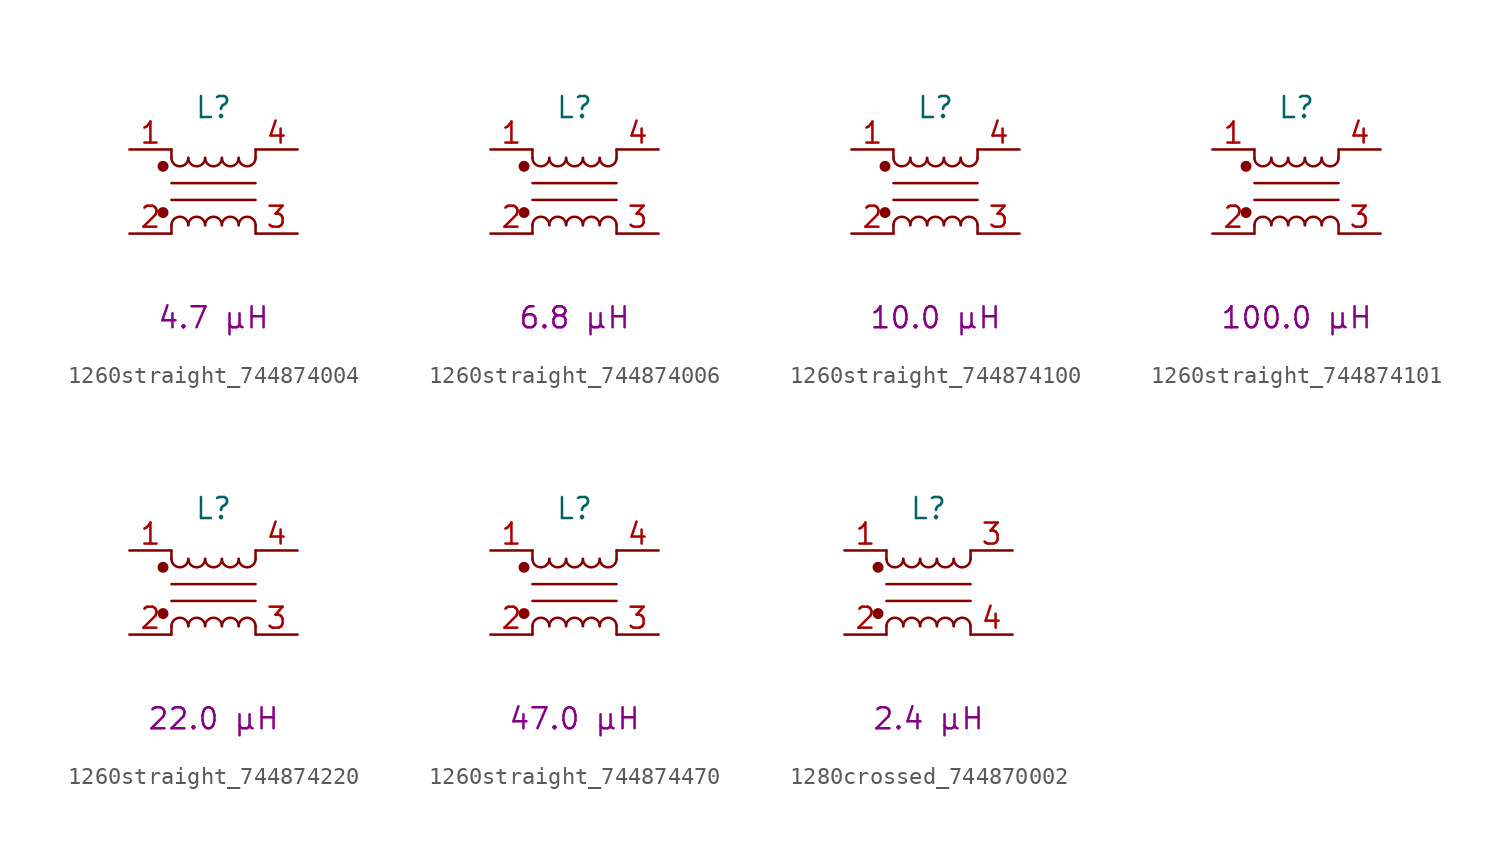
<source format=kicad_sym>
(kicad_symbol_lib
  (version 20241209)
  (generator "kicad_symbol_editor")
  (generator_version "9.0")
  (symbol "1260straight_744874004"
    (pin_names
      (hide yes))
    (property "Reference" "L"
      (at 0 5.08 0)
      (effects (font (size 1.27 1.27))))
    (property "Critical Parameter" "4.7 µH"
      (at 0 -7.62 0)
      (effects (font (size 1.27 1.27))))
    (symbol "1260straight_744874004_0_1"
      (circle (center -3.048 1.524) (radius 0.254) (stroke (width 0) (type default)) (fill (type outline)))
      (circle (center -3.048 -1.27) (radius 0.254) (stroke (width 0) (type default)) (fill (type outline)))
      (polyline (pts (xy -2.54 2.032) (xy -2.54 2.54)) (stroke (width 0) (type default)) (fill (type none)))
      (polyline (pts (xy -2.54 0.508) (xy 2.54 0.508)) (stroke (width 0) (type default)) (fill (type none)))
      (polyline (pts (xy -2.54 -2.032) (xy -2.54 -2.54)) (stroke (width 0) (type default)) (fill (type none)))
      (arc (start -1.524 2.032) (mid -2.032 1.5262) (end -2.54 2.032) (stroke (width 0) (type default)) (fill (type none)))
      (arc (start -2.54 -2.032) (mid -2.032 -1.5262) (end -1.524 -2.032) (stroke (width 0) (type default)) (fill (type none)))
      (arc (start -0.508 2.032) (mid -1.016 1.5262) (end -1.524 2.032) (stroke (width 0) (type default)) (fill (type none)))
      (arc (start -1.524 -2.032) (mid -1.016 -1.5262) (end -0.508 -2.032) (stroke (width 0) (type default)) (fill (type none)))
      (arc (start 0.508 2.032) (mid 0 1.5262) (end -0.508 2.032) (stroke (width 0) (type default)) (fill (type none)))
      (arc (start -0.508 -2.032) (mid 0 -1.5262) (end 0.508 -2.032) (stroke (width 0) (type default)) (fill (type none)))
      (arc (start 1.524 2.032) (mid 1.016 1.5262) (end 0.508 2.032) (stroke (width 0) (type default)) (fill (type none)))
      (arc (start 0.508 -2.032) (mid 1.016 -1.5262) (end 1.524 -2.032) (stroke (width 0) (type default)) (fill (type none)))
      (arc (start 2.54 2.032) (mid 2.032 1.5262) (end 1.524 2.032) (stroke (width 0) (type default)) (fill (type none)))
      (arc (start 1.524 -2.032) (mid 2.032 -1.5262) (end 2.54 -2.032) (stroke (width 0) (type default)) (fill (type none)))
      (polyline (pts (xy 2.54 2.54) (xy 2.54 2.032)) (stroke (width 0) (type default)) (fill (type none)))
      (polyline (pts (xy 2.54 -0.508) (xy -2.54 -0.508)) (stroke (width 0) (type default)) (fill (type none)))
      (polyline (pts (xy 2.54 -2.032) (xy 2.54 -2.54)) (stroke (width 0) (type default)) (fill (type none))))
    (symbol "1260straight_744874004_1_1"
      (pin passive line (at -5.08 2.54 0) (length 2.54) (name "1" (effects (font (size 1.27 1.27)))) (number "1" (effects (font (size 1.27 1.27)))))
      (pin passive line (at -5.08 -2.54 0) (length 2.54) (name "2" (effects (font (size 1.27 1.27)))) (number "2" (effects (font (size 1.27 1.27)))))
      (pin passive line (at 5.08 2.54 180) (length 2.54) (name "4" (effects (font (size 1.27 1.27)))) (number "4" (effects (font (size 1.27 1.27)))))
      (pin passive line (at 5.08 -2.54 180) (length 2.54) (name "3" (effects (font (size 1.27 1.27)))) (number "3" (effects (font (size 1.27 1.27)))))))
  (symbol "1260straight_744874006"
    (pin_names
      (hide yes))
    (property "Reference" "L"
      (at 0 5.08 0)
      (effects (font (size 1.27 1.27))))
    (property "Critical Parameter" "6.8 µH"
      (at 0 -7.62 0)
      (effects (font (size 1.27 1.27))))
    (symbol "1260straight_744874006_0_1"
      (circle (center -3.048 1.524) (radius 0.254) (stroke (width 0) (type default)) (fill (type outline)))
      (circle (center -3.048 -1.27) (radius 0.254) (stroke (width 0) (type default)) (fill (type outline)))
      (polyline (pts (xy -2.54 2.032) (xy -2.54 2.54)) (stroke (width 0) (type default)) (fill (type none)))
      (polyline (pts (xy -2.54 0.508) (xy 2.54 0.508)) (stroke (width 0) (type default)) (fill (type none)))
      (polyline (pts (xy -2.54 -2.032) (xy -2.54 -2.54)) (stroke (width 0) (type default)) (fill (type none)))
      (arc (start -1.524 2.032) (mid -2.032 1.5262) (end -2.54 2.032) (stroke (width 0) (type default)) (fill (type none)))
      (arc (start -2.54 -2.032) (mid -2.032 -1.5262) (end -1.524 -2.032) (stroke (width 0) (type default)) (fill (type none)))
      (arc (start -0.508 2.032) (mid -1.016 1.5262) (end -1.524 2.032) (stroke (width 0) (type default)) (fill (type none)))
      (arc (start -1.524 -2.032) (mid -1.016 -1.5262) (end -0.508 -2.032) (stroke (width 0) (type default)) (fill (type none)))
      (arc (start 0.508 2.032) (mid 0 1.5262) (end -0.508 2.032) (stroke (width 0) (type default)) (fill (type none)))
      (arc (start -0.508 -2.032) (mid 0 -1.5262) (end 0.508 -2.032) (stroke (width 0) (type default)) (fill (type none)))
      (arc (start 1.524 2.032) (mid 1.016 1.5262) (end 0.508 2.032) (stroke (width 0) (type default)) (fill (type none)))
      (arc (start 0.508 -2.032) (mid 1.016 -1.5262) (end 1.524 -2.032) (stroke (width 0) (type default)) (fill (type none)))
      (arc (start 2.54 2.032) (mid 2.032 1.5262) (end 1.524 2.032) (stroke (width 0) (type default)) (fill (type none)))
      (arc (start 1.524 -2.032) (mid 2.032 -1.5262) (end 2.54 -2.032) (stroke (width 0) (type default)) (fill (type none)))
      (polyline (pts (xy 2.54 2.54) (xy 2.54 2.032)) (stroke (width 0) (type default)) (fill (type none)))
      (polyline (pts (xy 2.54 -0.508) (xy -2.54 -0.508)) (stroke (width 0) (type default)) (fill (type none)))
      (polyline (pts (xy 2.54 -2.032) (xy 2.54 -2.54)) (stroke (width 0) (type default)) (fill (type none))))
    (symbol "1260straight_744874006_1_1"
      (pin passive line (at -5.08 2.54 0) (length 2.54) (name "1" (effects (font (size 1.27 1.27)))) (number "1" (effects (font (size 1.27 1.27)))))
      (pin passive line (at -5.08 -2.54 0) (length 2.54) (name "2" (effects (font (size 1.27 1.27)))) (number "2" (effects (font (size 1.27 1.27)))))
      (pin passive line (at 5.08 2.54 180) (length 2.54) (name "4" (effects (font (size 1.27 1.27)))) (number "4" (effects (font (size 1.27 1.27)))))
      (pin passive line (at 5.08 -2.54 180) (length 2.54) (name "3" (effects (font (size 1.27 1.27)))) (number "3" (effects (font (size 1.27 1.27)))))))
  (symbol "1260straight_744874100"
    (pin_names
      (hide yes))
    (property "Reference" "L"
      (at 0 5.08 0)
      (effects (font (size 1.27 1.27))))
    (property "Critical Parameter" "10.0 µH"
      (at 0 -7.62 0)
      (effects (font (size 1.27 1.27))))
    (symbol "1260straight_744874100_0_1"
      (circle (center -3.048 1.524) (radius 0.254) (stroke (width 0) (type default)) (fill (type outline)))
      (circle (center -3.048 -1.27) (radius 0.254) (stroke (width 0) (type default)) (fill (type outline)))
      (polyline (pts (xy -2.54 2.032) (xy -2.54 2.54)) (stroke (width 0) (type default)) (fill (type none)))
      (polyline (pts (xy -2.54 0.508) (xy 2.54 0.508)) (stroke (width 0) (type default)) (fill (type none)))
      (polyline (pts (xy -2.54 -2.032) (xy -2.54 -2.54)) (stroke (width 0) (type default)) (fill (type none)))
      (arc (start -1.524 2.032) (mid -2.032 1.5262) (end -2.54 2.032) (stroke (width 0) (type default)) (fill (type none)))
      (arc (start -2.54 -2.032) (mid -2.032 -1.5262) (end -1.524 -2.032) (stroke (width 0) (type default)) (fill (type none)))
      (arc (start -0.508 2.032) (mid -1.016 1.5262) (end -1.524 2.032) (stroke (width 0) (type default)) (fill (type none)))
      (arc (start -1.524 -2.032) (mid -1.016 -1.5262) (end -0.508 -2.032) (stroke (width 0) (type default)) (fill (type none)))
      (arc (start 0.508 2.032) (mid 0 1.5262) (end -0.508 2.032) (stroke (width 0) (type default)) (fill (type none)))
      (arc (start -0.508 -2.032) (mid 0 -1.5262) (end 0.508 -2.032) (stroke (width 0) (type default)) (fill (type none)))
      (arc (start 1.524 2.032) (mid 1.016 1.5262) (end 0.508 2.032) (stroke (width 0) (type default)) (fill (type none)))
      (arc (start 0.508 -2.032) (mid 1.016 -1.5262) (end 1.524 -2.032) (stroke (width 0) (type default)) (fill (type none)))
      (arc (start 2.54 2.032) (mid 2.032 1.5262) (end 1.524 2.032) (stroke (width 0) (type default)) (fill (type none)))
      (arc (start 1.524 -2.032) (mid 2.032 -1.5262) (end 2.54 -2.032) (stroke (width 0) (type default)) (fill (type none)))
      (polyline (pts (xy 2.54 2.54) (xy 2.54 2.032)) (stroke (width 0) (type default)) (fill (type none)))
      (polyline (pts (xy 2.54 -0.508) (xy -2.54 -0.508)) (stroke (width 0) (type default)) (fill (type none)))
      (polyline (pts (xy 2.54 -2.032) (xy 2.54 -2.54)) (stroke (width 0) (type default)) (fill (type none))))
    (symbol "1260straight_744874100_1_1"
      (pin passive line (at -5.08 2.54 0) (length 2.54) (name "1" (effects (font (size 1.27 1.27)))) (number "1" (effects (font (size 1.27 1.27)))))
      (pin passive line (at -5.08 -2.54 0) (length 2.54) (name "2" (effects (font (size 1.27 1.27)))) (number "2" (effects (font (size 1.27 1.27)))))
      (pin passive line (at 5.08 2.54 180) (length 2.54) (name "4" (effects (font (size 1.27 1.27)))) (number "4" (effects (font (size 1.27 1.27)))))
      (pin passive line (at 5.08 -2.54 180) (length 2.54) (name "3" (effects (font (size 1.27 1.27)))) (number "3" (effects (font (size 1.27 1.27)))))))
  (symbol "1260straight_744874101"
    (pin_names
      (hide yes))
    (property "Reference" "L"
      (at 0 5.08 0)
      (effects (font (size 1.27 1.27))))
    (property "Critical Parameter" "100.0 µH"
      (at 0 -7.62 0)
      (effects (font (size 1.27 1.27))))
    (symbol "1260straight_744874101_0_1"
      (circle (center -3.048 1.524) (radius 0.254) (stroke (width 0) (type default)) (fill (type outline)))
      (circle (center -3.048 -1.27) (radius 0.254) (stroke (width 0) (type default)) (fill (type outline)))
      (polyline (pts (xy -2.54 2.032) (xy -2.54 2.54)) (stroke (width 0) (type default)) (fill (type none)))
      (polyline (pts (xy -2.54 0.508) (xy 2.54 0.508)) (stroke (width 0) (type default)) (fill (type none)))
      (polyline (pts (xy -2.54 -2.032) (xy -2.54 -2.54)) (stroke (width 0) (type default)) (fill (type none)))
      (arc (start -1.524 2.032) (mid -2.032 1.5262) (end -2.54 2.032) (stroke (width 0) (type default)) (fill (type none)))
      (arc (start -2.54 -2.032) (mid -2.032 -1.5262) (end -1.524 -2.032) (stroke (width 0) (type default)) (fill (type none)))
      (arc (start -0.508 2.032) (mid -1.016 1.5262) (end -1.524 2.032) (stroke (width 0) (type default)) (fill (type none)))
      (arc (start -1.524 -2.032) (mid -1.016 -1.5262) (end -0.508 -2.032) (stroke (width 0) (type default)) (fill (type none)))
      (arc (start 0.508 2.032) (mid 0 1.5262) (end -0.508 2.032) (stroke (width 0) (type default)) (fill (type none)))
      (arc (start -0.508 -2.032) (mid 0 -1.5262) (end 0.508 -2.032) (stroke (width 0) (type default)) (fill (type none)))
      (arc (start 1.524 2.032) (mid 1.016 1.5262) (end 0.508 2.032) (stroke (width 0) (type default)) (fill (type none)))
      (arc (start 0.508 -2.032) (mid 1.016 -1.5262) (end 1.524 -2.032) (stroke (width 0) (type default)) (fill (type none)))
      (arc (start 2.54 2.032) (mid 2.032 1.5262) (end 1.524 2.032) (stroke (width 0) (type default)) (fill (type none)))
      (arc (start 1.524 -2.032) (mid 2.032 -1.5262) (end 2.54 -2.032) (stroke (width 0) (type default)) (fill (type none)))
      (polyline (pts (xy 2.54 2.54) (xy 2.54 2.032)) (stroke (width 0) (type default)) (fill (type none)))
      (polyline (pts (xy 2.54 -0.508) (xy -2.54 -0.508)) (stroke (width 0) (type default)) (fill (type none)))
      (polyline (pts (xy 2.54 -2.032) (xy 2.54 -2.54)) (stroke (width 0) (type default)) (fill (type none))))
    (symbol "1260straight_744874101_1_1"
      (pin passive line (at -5.08 2.54 0) (length 2.54) (name "1" (effects (font (size 1.27 1.27)))) (number "1" (effects (font (size 1.27 1.27)))))
      (pin passive line (at -5.08 -2.54 0) (length 2.54) (name "2" (effects (font (size 1.27 1.27)))) (number "2" (effects (font (size 1.27 1.27)))))
      (pin passive line (at 5.08 2.54 180) (length 2.54) (name "4" (effects (font (size 1.27 1.27)))) (number "4" (effects (font (size 1.27 1.27)))))
      (pin passive line (at 5.08 -2.54 180) (length 2.54) (name "3" (effects (font (size 1.27 1.27)))) (number "3" (effects (font (size 1.27 1.27)))))))
  (symbol "1260straight_744874220"
    (pin_names
      (hide yes))
    (property "Reference" "L"
      (at 0 5.08 0)
      (effects (font (size 1.27 1.27))))
    (property "Critical Parameter" "22.0 µH"
      (at 0 -7.62 0)
      (effects (font (size 1.27 1.27))))
    (symbol "1260straight_744874220_0_1"
      (circle (center -3.048 1.524) (radius 0.254) (stroke (width 0) (type default)) (fill (type outline)))
      (circle (center -3.048 -1.27) (radius 0.254) (stroke (width 0) (type default)) (fill (type outline)))
      (polyline (pts (xy -2.54 2.032) (xy -2.54 2.54)) (stroke (width 0) (type default)) (fill (type none)))
      (polyline (pts (xy -2.54 0.508) (xy 2.54 0.508)) (stroke (width 0) (type default)) (fill (type none)))
      (polyline (pts (xy -2.54 -2.032) (xy -2.54 -2.54)) (stroke (width 0) (type default)) (fill (type none)))
      (arc (start -1.524 2.032) (mid -2.032 1.5262) (end -2.54 2.032) (stroke (width 0) (type default)) (fill (type none)))
      (arc (start -2.54 -2.032) (mid -2.032 -1.5262) (end -1.524 -2.032) (stroke (width 0) (type default)) (fill (type none)))
      (arc (start -0.508 2.032) (mid -1.016 1.5262) (end -1.524 2.032) (stroke (width 0) (type default)) (fill (type none)))
      (arc (start -1.524 -2.032) (mid -1.016 -1.5262) (end -0.508 -2.032) (stroke (width 0) (type default)) (fill (type none)))
      (arc (start 0.508 2.032) (mid 0 1.5262) (end -0.508 2.032) (stroke (width 0) (type default)) (fill (type none)))
      (arc (start -0.508 -2.032) (mid 0 -1.5262) (end 0.508 -2.032) (stroke (width 0) (type default)) (fill (type none)))
      (arc (start 1.524 2.032) (mid 1.016 1.5262) (end 0.508 2.032) (stroke (width 0) (type default)) (fill (type none)))
      (arc (start 0.508 -2.032) (mid 1.016 -1.5262) (end 1.524 -2.032) (stroke (width 0) (type default)) (fill (type none)))
      (arc (start 2.54 2.032) (mid 2.032 1.5262) (end 1.524 2.032) (stroke (width 0) (type default)) (fill (type none)))
      (arc (start 1.524 -2.032) (mid 2.032 -1.5262) (end 2.54 -2.032) (stroke (width 0) (type default)) (fill (type none)))
      (polyline (pts (xy 2.54 2.54) (xy 2.54 2.032)) (stroke (width 0) (type default)) (fill (type none)))
      (polyline (pts (xy 2.54 -0.508) (xy -2.54 -0.508)) (stroke (width 0) (type default)) (fill (type none)))
      (polyline (pts (xy 2.54 -2.032) (xy 2.54 -2.54)) (stroke (width 0) (type default)) (fill (type none))))
    (symbol "1260straight_744874220_1_1"
      (pin passive line (at -5.08 2.54 0) (length 2.54) (name "1" (effects (font (size 1.27 1.27)))) (number "1" (effects (font (size 1.27 1.27)))))
      (pin passive line (at -5.08 -2.54 0) (length 2.54) (name "2" (effects (font (size 1.27 1.27)))) (number "2" (effects (font (size 1.27 1.27)))))
      (pin passive line (at 5.08 2.54 180) (length 2.54) (name "4" (effects (font (size 1.27 1.27)))) (number "4" (effects (font (size 1.27 1.27)))))
      (pin passive line (at 5.08 -2.54 180) (length 2.54) (name "3" (effects (font (size 1.27 1.27)))) (number "3" (effects (font (size 1.27 1.27)))))))
  (symbol "1260straight_744874470"
    (pin_names
      (hide yes))
    (property "Reference" "L"
      (at 0 5.08 0)
      (effects (font (size 1.27 1.27))))
    (property "Critical Parameter" "47.0 µH"
      (at 0 -7.62 0)
      (effects (font (size 1.27 1.27))))
    (symbol "1260straight_744874470_0_1"
      (circle (center -3.048 1.524) (radius 0.254) (stroke (width 0) (type default)) (fill (type outline)))
      (circle (center -3.048 -1.27) (radius 0.254) (stroke (width 0) (type default)) (fill (type outline)))
      (polyline (pts (xy -2.54 2.032) (xy -2.54 2.54)) (stroke (width 0) (type default)) (fill (type none)))
      (polyline (pts (xy -2.54 0.508) (xy 2.54 0.508)) (stroke (width 0) (type default)) (fill (type none)))
      (polyline (pts (xy -2.54 -2.032) (xy -2.54 -2.54)) (stroke (width 0) (type default)) (fill (type none)))
      (arc (start -1.524 2.032) (mid -2.032 1.5262) (end -2.54 2.032) (stroke (width 0) (type default)) (fill (type none)))
      (arc (start -2.54 -2.032) (mid -2.032 -1.5262) (end -1.524 -2.032) (stroke (width 0) (type default)) (fill (type none)))
      (arc (start -0.508 2.032) (mid -1.016 1.5262) (end -1.524 2.032) (stroke (width 0) (type default)) (fill (type none)))
      (arc (start -1.524 -2.032) (mid -1.016 -1.5262) (end -0.508 -2.032) (stroke (width 0) (type default)) (fill (type none)))
      (arc (start 0.508 2.032) (mid 0 1.5262) (end -0.508 2.032) (stroke (width 0) (type default)) (fill (type none)))
      (arc (start -0.508 -2.032) (mid 0 -1.5262) (end 0.508 -2.032) (stroke (width 0) (type default)) (fill (type none)))
      (arc (start 1.524 2.032) (mid 1.016 1.5262) (end 0.508 2.032) (stroke (width 0) (type default)) (fill (type none)))
      (arc (start 0.508 -2.032) (mid 1.016 -1.5262) (end 1.524 -2.032) (stroke (width 0) (type default)) (fill (type none)))
      (arc (start 2.54 2.032) (mid 2.032 1.5262) (end 1.524 2.032) (stroke (width 0) (type default)) (fill (type none)))
      (arc (start 1.524 -2.032) (mid 2.032 -1.5262) (end 2.54 -2.032) (stroke (width 0) (type default)) (fill (type none)))
      (polyline (pts (xy 2.54 2.54) (xy 2.54 2.032)) (stroke (width 0) (type default)) (fill (type none)))
      (polyline (pts (xy 2.54 -0.508) (xy -2.54 -0.508)) (stroke (width 0) (type default)) (fill (type none)))
      (polyline (pts (xy 2.54 -2.032) (xy 2.54 -2.54)) (stroke (width 0) (type default)) (fill (type none))))
    (symbol "1260straight_744874470_1_1"
      (pin passive line (at -5.08 2.54 0) (length 2.54) (name "1" (effects (font (size 1.27 1.27)))) (number "1" (effects (font (size 1.27 1.27)))))
      (pin passive line (at -5.08 -2.54 0) (length 2.54) (name "2" (effects (font (size 1.27 1.27)))) (number "2" (effects (font (size 1.27 1.27)))))
      (pin passive line (at 5.08 2.54 180) (length 2.54) (name "4" (effects (font (size 1.27 1.27)))) (number "4" (effects (font (size 1.27 1.27)))))
      (pin passive line (at 5.08 -2.54 180) (length 2.54) (name "3" (effects (font (size 1.27 1.27)))) (number "3" (effects (font (size 1.27 1.27)))))))
  (symbol "1280crossed_744870002"
    (pin_names
      (hide yes))
    (property "Reference" "L"
      (at 0 5.08 0)
      (effects (font (size 1.27 1.27))))
    (property "Critical Parameter" "2.4 µH"
      (at 0 -7.62 0)
      (effects (font (size 1.27 1.27))))
    (symbol "1280crossed_744870002_0_1"
      (circle (center -3.048 1.524) (radius 0.254) (stroke (width 0) (type default)) (fill (type outline)))
      (circle (center -3.048 -1.27) (radius 0.254) (stroke (width 0) (type default)) (fill (type outline)))
      (polyline (pts (xy -2.54 2.032) (xy -2.54 2.54)) (stroke (width 0) (type default)) (fill (type none)))
      (polyline (pts (xy -2.54 0.508) (xy 2.54 0.508)) (stroke (width 0) (type default)) (fill (type none)))
      (polyline (pts (xy -2.54 -2.032) (xy -2.54 -2.54)) (stroke (width 0) (type default)) (fill (type none)))
      (arc (start -1.524 2.032) (mid -2.032 1.5262) (end -2.54 2.032) (stroke (width 0) (type default)) (fill (type none)))
      (arc (start -2.54 -2.032) (mid -2.032 -1.5262) (end -1.524 -2.032) (stroke (width 0) (type default)) (fill (type none)))
      (arc (start -0.508 2.032) (mid -1.016 1.5262) (end -1.524 2.032) (stroke (width 0) (type default)) (fill (type none)))
      (arc (start -1.524 -2.032) (mid -1.016 -1.5262) (end -0.508 -2.032) (stroke (width 0) (type default)) (fill (type none)))
      (arc (start 0.508 2.032) (mid 0 1.5262) (end -0.508 2.032) (stroke (width 0) (type default)) (fill (type none)))
      (arc (start -0.508 -2.032) (mid 0 -1.5262) (end 0.508 -2.032) (stroke (width 0) (type default)) (fill (type none)))
      (arc (start 1.524 2.032) (mid 1.016 1.5262) (end 0.508 2.032) (stroke (width 0) (type default)) (fill (type none)))
      (arc (start 0.508 -2.032) (mid 1.016 -1.5262) (end 1.524 -2.032) (stroke (width 0) (type default)) (fill (type none)))
      (arc (start 2.54 2.032) (mid 2.032 1.5262) (end 1.524 2.032) (stroke (width 0) (type default)) (fill (type none)))
      (arc (start 1.524 -2.032) (mid 2.032 -1.5262) (end 2.54 -2.032) (stroke (width 0) (type default)) (fill (type none)))
      (polyline (pts (xy 2.54 2.54) (xy 2.54 2.032)) (stroke (width 0) (type default)) (fill (type none)))
      (polyline (pts (xy 2.54 -0.508) (xy -2.54 -0.508)) (stroke (width 0) (type default)) (fill (type none)))
      (polyline (pts (xy 2.54 -2.032) (xy 2.54 -2.54)) (stroke (width 0) (type default)) (fill (type none))))
    (symbol "1280crossed_744870002_1_1"
      (pin passive line (at -5.08 2.54 0) (length 2.54) (name "1" (effects (font (size 1.27 1.27)))) (number "1" (effects (font (size 1.27 1.27)))))
      (pin passive line (at -5.08 -2.54 0) (length 2.54) (name "2" (effects (font (size 1.27 1.27)))) (number "2" (effects (font (size 1.27 1.27)))))
      (pin passive line (at 5.08 2.54 180) (length 2.54) (name "3" (effects (font (size 1.27 1.27)))) (number "3" (effects (font (size 1.27 1.27)))))
      (pin passive line (at 5.08 -2.54 180) (length 2.54) (name "4" (effects (font (size 1.27 1.27)))) (number "4" (effects (font (size 1.27 1.27))))))))
</source>
